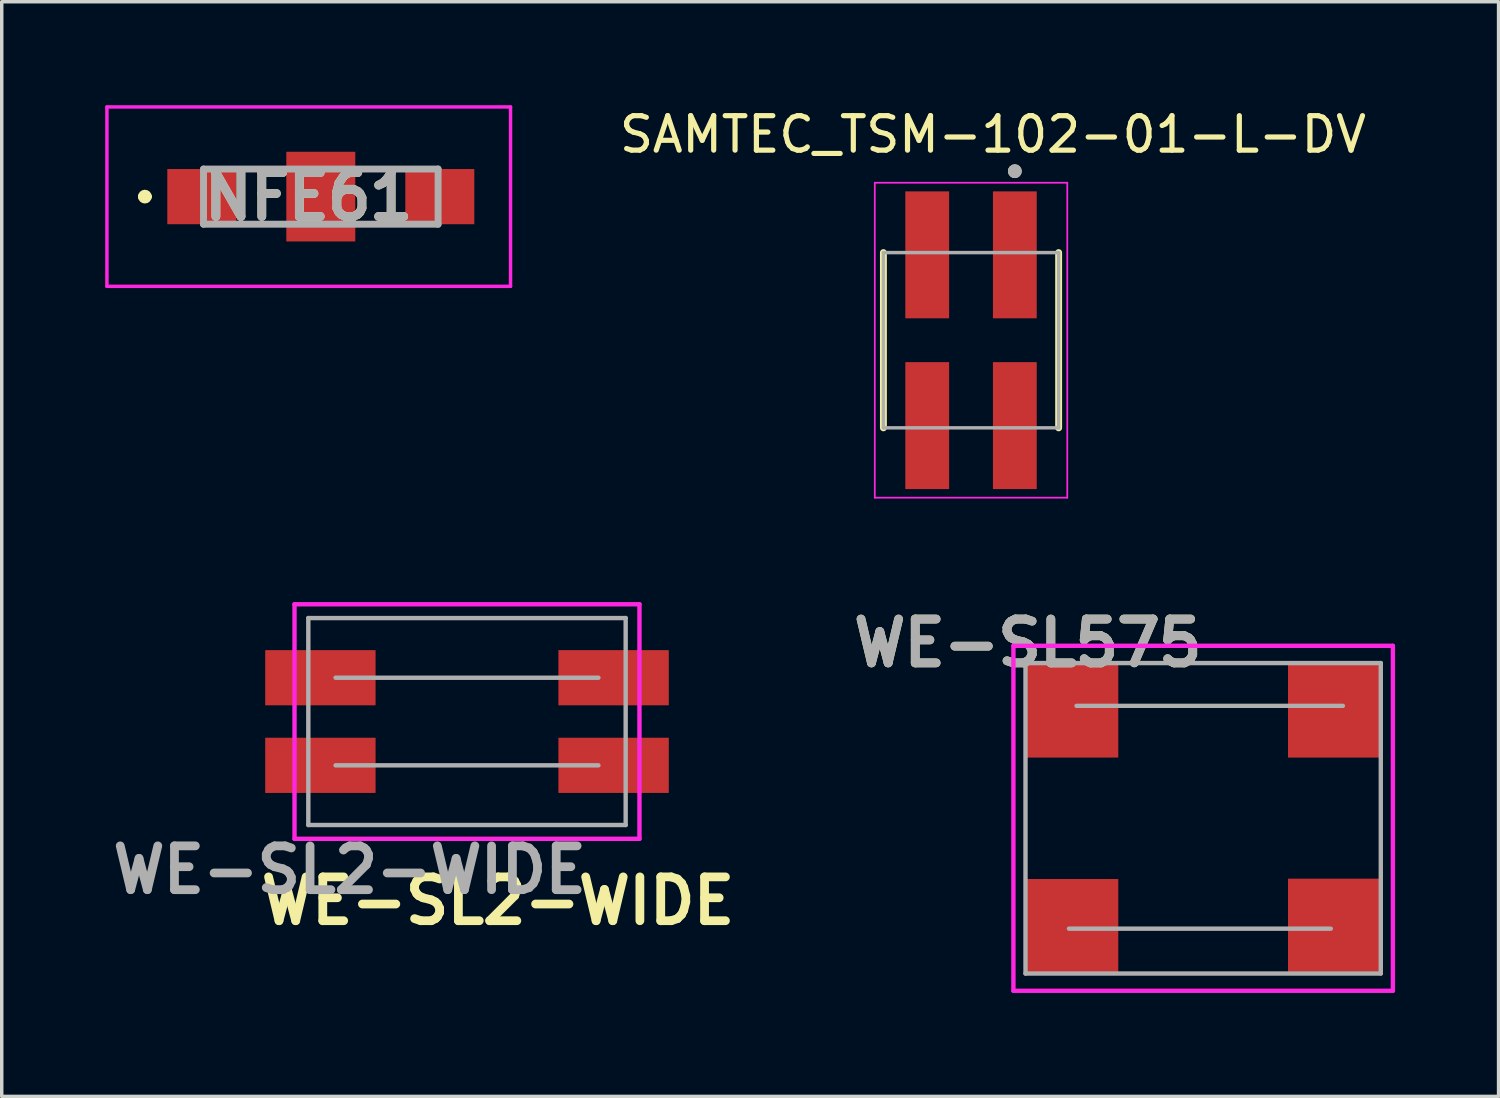
<source format=kicad_pcb>
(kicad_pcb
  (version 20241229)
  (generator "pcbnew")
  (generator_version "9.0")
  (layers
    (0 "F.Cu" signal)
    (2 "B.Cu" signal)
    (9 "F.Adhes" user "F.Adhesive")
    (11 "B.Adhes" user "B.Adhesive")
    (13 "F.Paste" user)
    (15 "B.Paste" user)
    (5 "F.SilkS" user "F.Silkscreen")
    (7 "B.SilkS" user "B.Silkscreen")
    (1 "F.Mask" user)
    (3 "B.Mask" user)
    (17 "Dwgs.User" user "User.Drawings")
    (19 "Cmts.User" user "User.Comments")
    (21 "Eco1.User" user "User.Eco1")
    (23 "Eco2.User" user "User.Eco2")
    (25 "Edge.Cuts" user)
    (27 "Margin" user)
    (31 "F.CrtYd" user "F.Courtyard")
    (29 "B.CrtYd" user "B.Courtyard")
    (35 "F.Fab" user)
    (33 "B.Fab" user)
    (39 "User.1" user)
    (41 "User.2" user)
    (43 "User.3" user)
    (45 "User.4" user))
  (footprint "SAMTEC_TSM-102-01-L-DV"
    (layer "F.Cu")
    (at 25.1 6.813)
    (property "Reference" "SAMTEC_TSM-102-01-L-DV" (at 0.635 -5.965 0) (layer "F.SilkS") (effects (font (size 1 1) (thickness 0.15))))
    (attr through_hole)
    (fp_line (start -2.54 2.54) (end -2.54 -2.54) (stroke (width 0.2) (type solid)) (layer "F.SilkS"))
    (fp_line (start 2.54 -2.54) (end 2.54 2.54) (stroke (width 0.2) (type solid)) (layer "F.SilkS"))
    (fp_circle (center 1.27 -4.9) (end 1.37 -4.9) (stroke (width 0.2) (type solid)) (fill no) (layer "F.SilkS"))
    (fp_line (start -2.79 -4.565) (end 2.79 -4.565) (stroke (width 0.05) (type solid)) (layer "F.CrtYd"))
    (fp_line (start -2.79 4.565) (end -2.79 -4.565) (stroke (width 0.05) (type solid)) (layer "F.CrtYd"))
    (fp_line (start 2.79 -4.565) (end 2.79 4.565) (stroke (width 0.05) (type solid)) (layer "F.CrtYd"))
    (fp_line (start 2.79 4.565) (end -2.79 4.565) (stroke (width 0.05) (type solid)) (layer "F.CrtYd"))
    (fp_line (start -2.54 -2.54) (end 2.54 -2.54) (stroke (width 0.1) (type solid)) (layer "F.Fab"))
    (fp_line (start -2.54 2.54) (end -2.54 -2.54) (stroke (width 0.1) (type solid)) (layer "F.Fab"))
    (fp_line (start 2.54 -2.54) (end 2.54 2.54) (stroke (width 0.1) (type solid)) (layer "F.Fab"))
    (fp_line (start 2.54 2.54) (end -2.54 2.54) (stroke (width 0.1) (type solid)) (layer "F.Fab"))
    (fp_circle (center 1.27 -4.9) (end 1.37 -4.9) (stroke (width 0.2) (type solid)) (fill no) (layer "F.Fab"))
    (pad "01" smd rect (at 1.27 -2.475) (size 1.27 3.68) (layers "F.Cu" "F.Mask" "F.Paste"))
    (pad "02" smd rect (at 1.27 2.475) (size 1.27 3.68) (layers "F.Cu" "F.Mask" "F.Paste"))
    (pad "03" smd rect (at -1.27 -2.475) (size 1.27 3.68) (layers "F.Cu" "F.Mask" "F.Paste"))
    (pad "04" smd rect (at -1.27 2.475) (size 1.27 3.68) (layers "F.Cu" "F.Mask" "F.Paste")))
  (footprint "WE-SL575"
    (layer "F.Cu")
    (at 31.829 20.672)
    (property "Reference" "WE-SL575" (at -5.08 -5.08 0) (layer "F.SilkS") (effects (font (size 1.27 1.27) (thickness 0.254))))
    (attr smd)
    (fp_line (start -5.5 -5) (end 5.5 -5) (stroke (width 0.127) (type solid)) (layer "F.CrtYd"))
    (fp_line (start -5.5 5) (end -5.5 -5) (stroke (width 0.127) (type solid)) (layer "F.CrtYd"))
    (fp_line (start 5.5 -5) (end 5.5 5) (stroke (width 0.127) (type solid)) (layer "F.CrtYd"))
    (fp_line (start 5.5 5) (end -5.5 5) (stroke (width 0.127) (type solid)) (layer "F.CrtYd"))
    (fp_line (start -5.15 -4.5) (end 5.15 -4.5) (stroke (width 0.127) (type solid)) (layer "F.Fab"))
    (fp_line (start -5.15 4.5) (end -5.15 -4.5) (stroke (width 0.127) (type solid)) (layer "F.Fab"))
    (fp_line (start -3.89 3.2) (end 3.7 3.2) (stroke (width 0.127) (type solid)) (layer "F.Fab"))
    (fp_line (start -3.67 -3.26) (end 4.05 -3.26) (stroke (width 0.127) (type solid)) (layer "F.Fab"))
    (fp_line (start 5.15 -4.5) (end 5.15 4.5) (stroke (width 0.127) (type solid)) (layer "F.Fab"))
    (fp_line (start 5.15 4.5) (end -5.15 4.5) (stroke (width 0.127) (type solid)) (layer "F.Fab"))
    (fp_text user "${REFERENCE}" (at -5.08 -5.08 0) (layer "F.Fab") (effects (font (size 1.27 1.27) (thickness 0.254))))
    (pad "1" smd rect (at -3.81 -3.11 90) (size 2.7 2.7) (layers "F.Cu" "F.Mask" "F.Paste"))
    (pad "2" smd rect (at 3.81 -3.11 90) (size 2.7 2.7) (layers "F.Cu" "F.Mask" "F.Paste"))
    (pad "3" smd rect (at 3.81 3.1 90) (size 2.7 2.7) (layers "F.Cu" "F.Mask" "F.Paste"))
    (pad "4" smd rect (at -3.81 3.11 90) (size 2.7 2.7) (layers "F.Cu" "F.Mask" "F.Paste")))
  (footprint "NFE61"
    (layer "F.Cu")
    (at 6.25 2.65)
    (property "Reference" "NFE61" (at -0.35 0 0) (layer "F.SilkS") (effects (font (size 1.27 1.27) (thickness 0.254))))
    (attr through_hole)
    (fp_line (start -5.2 0) (end -5.2 0) (stroke (width 0.2) (type solid)) (layer "F.SilkS"))
    (fp_line (start -5 0) (end -5 0) (stroke (width 0.2) (type solid)) (layer "F.SilkS"))
    (fp_line (start -2.2 -0.8) (end -1.3 -0.8) (stroke (width 0.1) (type solid)) (layer "F.SilkS"))
    (fp_line (start -2.2 0.8) (end -1.3 0.8) (stroke (width 0.1) (type solid)) (layer "F.SilkS"))
    (fp_line (start 1.3 -0.8) (end 2.2 -0.8) (stroke (width 0.1) (type solid)) (layer "F.SilkS"))
    (fp_line (start 2.2 0.8) (end 1.3 0.8) (stroke (width 0.1) (type solid)) (layer "F.SilkS"))
    (fp_arc (start -5.2 0) (mid -5.1 -0.1) (end -5 0) (stroke (width 0.2) (type solid)) (layer "F.SilkS"))
    (fp_arc (start -5 0) (mid -5.1 0.1) (end -5.2 0) (stroke (width 0.2) (type solid)) (layer "F.SilkS"))
    (fp_line (start -6.2 -2.6) (end -6.2 2.6) (stroke (width 0.1) (type solid)) (layer "F.CrtYd"))
    (fp_line (start -6.2 2.6) (end 5.5 2.6) (stroke (width 0.1) (type solid)) (layer "F.CrtYd"))
    (fp_line (start 5.5 -2.6) (end -6.2 -2.6) (stroke (width 0.1) (type solid)) (layer "F.CrtYd"))
    (fp_line (start 5.5 2.6) (end 5.5 -2.6) (stroke (width 0.1) (type solid)) (layer "F.CrtYd"))
    (fp_line (start -3.4 -0.8) (end -3.4 0.8) (stroke (width 0.2) (type solid)) (layer "F.Fab"))
    (fp_line (start -3.4 0.8) (end 3.4 0.8) (stroke (width 0.2) (type solid)) (layer "F.Fab"))
    (fp_line (start 3.4 -0.8) (end -3.4 -0.8) (stroke (width 0.2) (type solid)) (layer "F.Fab"))
    (fp_line (start 3.4 0.8) (end 3.4 -0.8) (stroke (width 0.2) (type solid)) (layer "F.Fab"))
    (fp_text user "${REFERENCE}" (at -0.35 0 0) (layer "F.Fab") (effects (font (size 1.27 1.27) (thickness 0.254))))
    (pad "1" smd rect (at -3.45 0 90) (size 1.6 2) (layers "F.Cu" "F.Mask" "F.Paste"))
    (pad "2" smd rect (at 3.45 0 90) (size 1.6 2) (layers "F.Cu" "F.Mask" "F.Paste"))
    (pad "3" smd rect (at 0 0) (size 2 2.6) (layers "F.Cu" "F.Mask" "F.Paste")))
  (footprint "WE-SL2-WIDE"
    (layer "F.Cu")
    (at 10.488 17.867)
    (property "Reference" "WE-SL2-WIDE" (at 0.9 5.2 180) (layer "F.SilkS") (effects (font (size 1.27 1.27) (thickness 0.254))))
    (attr smd)
    (fp_line (start -5 -3.4) (end 5 -3.4) (stroke (width 0.127) (type solid)) (layer "F.CrtYd"))
    (fp_line (start -5 3.4) (end -5 -3.4) (stroke (width 0.127) (type solid)) (layer "F.CrtYd"))
    (fp_line (start 5 -3.4) (end 5 3.4) (stroke (width 0.127) (type solid)) (layer "F.CrtYd"))
    (fp_line (start 5 3.4) (end -5 3.4) (stroke (width 0.127) (type solid)) (layer "F.CrtYd"))
    (fp_line (start -4.6 -3) (end 4.6 -3) (stroke (width 0.127) (type solid)) (layer "F.Fab"))
    (fp_line (start -4.6 3) (end -4.6 -3) (stroke (width 0.127) (type solid)) (layer "F.Fab"))
    (fp_line (start -3.81 -1.27) (end 3.81 -1.27) (stroke (width 0.127) (type solid)) (layer "F.Fab"))
    (fp_line (start -3.81 1.27) (end 3.81 1.27) (stroke (width 0.127) (type solid)) (layer "F.Fab"))
    (fp_line (start 4.6 -3) (end 4.6 3) (stroke (width 0.127) (type solid)) (layer "F.Fab"))
    (fp_line (start 4.6 3) (end -4.6 3) (stroke (width 0.127) (type solid)) (layer "F.Fab"))
    (fp_text user "${REFERENCE}" (at -3.4 4.3 180) (layer "F.Fab") (effects (font (size 1.27 1.27) (thickness 0.254))))
    (pad "1" smd rect (at -4.25 -1.27 90) (size 1.6 3.2) (layers "F.Cu" "F.Mask" "F.Paste"))
    (pad "2" smd rect (at -4.25 1.27 90) (size 1.6 3.2) (layers "F.Cu" "F.Mask" "F.Paste"))
    (pad "3" smd rect (at 4.25 1.27 90) (size 1.6 3.2) (layers "F.Cu" "F.Mask" "F.Paste"))
    (pad "4" smd rect (at 4.25 -1.27 90) (size 1.6 3.2) (layers "F.Cu" "F.Mask" "F.Paste")))
  (gr_rect
    (start -3 -3)
    (end 40.393 28.735)
    (stroke (width 0.1) (type default))
    (fill no)
    (layer "Edge.Cuts")))
</source>
